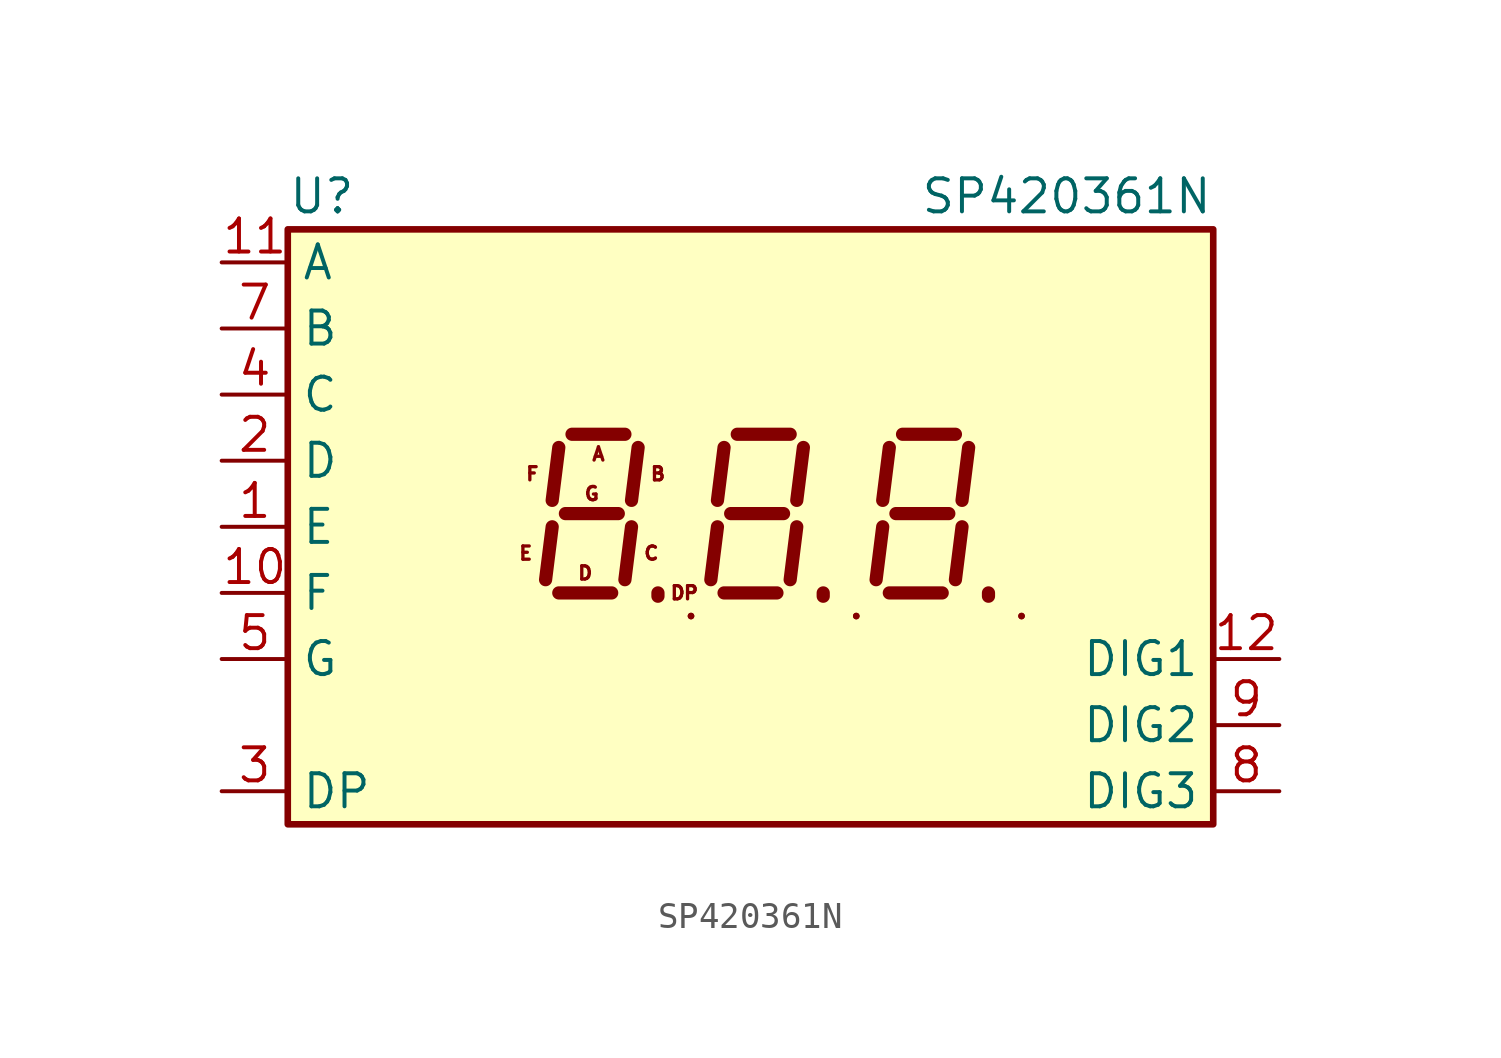
<source format=kicad_sym>
(kicad_symbol_lib
  (version 20241209)
  (generator "kicad_symbol_editor")
  (generator_version "9.0")
  (symbol "SP420361N"
    (property "Reference" "U"
      (at -17.78 12.7 0)
      (effects (font (size 1.27 1.27)) (justify left)))
    (property "Value" "SP420361N"
      (at 17.78 12.7 0)
      (effects (font (size 1.27 1.27)) (justify right)))
    (symbol "SP420361N_0_1"
      (rectangle (start -17.78 11.43) (end 17.78 -11.43) (stroke (width 0.254) (type default)) (fill (type background)))
      (rectangle (start -2.286 -3.429) (end -2.286 -3.429) (stroke (width 0.254) (type default)) (fill (type none)))
      (polyline (pts (xy -2.286 -3.429) (xy -2.286 -3.429)) (stroke (width 0.254) (type default)) (fill (type none)))
      (polyline (pts (xy 4.064 -3.429) (xy 4.064 -3.429)) (stroke (width 0.254) (type default)) (fill (type none)))
      (rectangle (start 4.064 -3.429) (end 4.064 -3.429) (stroke (width 0.254) (type default)) (fill (type none)))
      (polyline (pts (xy 10.414 -3.429) (xy 10.414 -3.429)) (stroke (width 0.254) (type default)) (fill (type none)))
      (rectangle (start 10.414 -3.429) (end 10.414 -3.429) (stroke (width 0.254) (type default)) (fill (type none))))
    (symbol "SP420361N_1_0"
      (text "E" (at -8.636 -1.016 0) (effects (font (size 0.508 0.508))))
      (text "F" (at -8.382 2.032 0) (effects (font (size 0.508 0.508))))
      (text "D" (at -6.35 -1.778 0) (effects (font (size 0.508 0.508))))
      (text "G" (at -6.096 1.27 0) (effects (font (size 0.508 0.508))))
      (text "A" (at -5.842 2.794 0) (effects (font (size 0.508 0.508))))
      (text "C" (at -3.81 -1.016 0) (effects (font (size 0.508 0.508))))
      (text "B" (at -3.556 2.032 0) (effects (font (size 0.508 0.508))))
      (text "DP" (at -2.54 -2.54 0) (effects (font (size 0.508 0.508)))))
    (symbol "SP420361N_1_1"
      (polyline (pts (xy -7.62 0) (xy -7.874 -2.032)) (stroke (width 0.508) (type default)) (fill (type none)))
      (polyline (pts (xy -7.366 3.048) (xy -7.62 1.016)) (stroke (width 0.508) (type default)) (fill (type none)))
      (polyline (pts (xy -7.366 -2.54) (xy -5.334 -2.54)) (stroke (width 0.508) (type default)) (fill (type none)))
      (polyline (pts (xy -7.112 0.508) (xy -5.08 0.508)) (stroke (width 0.508) (type default)) (fill (type none)))
      (polyline (pts (xy -6.858 3.556) (xy -4.826 3.556)) (stroke (width 0.508) (type default)) (fill (type none)))
      (polyline (pts (xy -4.572 0) (xy -4.826 -2.032)) (stroke (width 0.508) (type default)) (fill (type none)))
      (polyline (pts (xy -4.318 3.048) (xy -4.572 1.016)) (stroke (width 0.508) (type default)) (fill (type none)))
      (polyline (pts (xy -3.556 -2.667) (xy -3.556 -2.54)) (stroke (width 0.508) (type default)) (fill (type none)))
      (polyline (pts (xy -1.27 0) (xy -1.524 -2.032)) (stroke (width 0.508) (type default)) (fill (type none)))
      (polyline (pts (xy -1.016 3.048) (xy -1.27 1.016)) (stroke (width 0.508) (type default)) (fill (type none)))
      (polyline (pts (xy -1.016 -2.54) (xy 1.016 -2.54)) (stroke (width 0.508) (type default)) (fill (type none)))
      (polyline (pts (xy -0.762 0.508) (xy 1.27 0.508)) (stroke (width 0.508) (type default)) (fill (type none)))
      (polyline (pts (xy -0.508 3.556) (xy 1.524 3.556)) (stroke (width 0.508) (type default)) (fill (type none)))
      (polyline (pts (xy 1.778 0) (xy 1.524 -2.032)) (stroke (width 0.508) (type default)) (fill (type none)))
      (polyline (pts (xy 2.032 3.048) (xy 1.778 1.016)) (stroke (width 0.508) (type default)) (fill (type none)))
      (polyline (pts (xy 2.794 -2.667) (xy 2.794 -2.54)) (stroke (width 0.508) (type default)) (fill (type none)))
      (polyline (pts (xy 5.08 0) (xy 4.826 -2.032)) (stroke (width 0.508) (type default)) (fill (type none)))
      (polyline (pts (xy 5.334 3.048) (xy 5.08 1.016)) (stroke (width 0.508) (type default)) (fill (type none)))
      (polyline (pts (xy 5.334 -2.54) (xy 7.366 -2.54)) (stroke (width 0.508) (type default)) (fill (type none)))
      (polyline (pts (xy 5.588 0.508) (xy 7.62 0.508)) (stroke (width 0.508) (type default)) (fill (type none)))
      (polyline (pts (xy 5.842 3.556) (xy 7.874 3.556)) (stroke (width 0.508) (type default)) (fill (type none)))
      (polyline (pts (xy 8.128 0) (xy 7.874 -2.032)) (stroke (width 0.508) (type default)) (fill (type none)))
      (polyline (pts (xy 8.382 3.048) (xy 8.128 1.016)) (stroke (width 0.508) (type default)) (fill (type none)))
      (polyline (pts (xy 9.144 -2.667) (xy 9.144 -2.54)) (stroke (width 0.508) (type default)) (fill (type none)))
      (pin input line (at -20.32 10.16 0) (length 2.54) (name "A" (effects (font (size 1.27 1.27)))) (number "11" (effects (font (size 1.27 1.27)))))
      (pin input line (at -20.32 7.62 0) (length 2.54) (name "B" (effects (font (size 1.27 1.27)))) (number "7" (effects (font (size 1.27 1.27)))))
      (pin input line (at -20.32 5.08 0) (length 2.54) (name "C" (effects (font (size 1.27 1.27)))) (number "4" (effects (font (size 1.27 1.27)))))
      (pin input line (at -20.32 2.54 0) (length 2.54) (name "D" (effects (font (size 1.27 1.27)))) (number "2" (effects (font (size 1.27 1.27)))))
      (pin input line (at -20.32 0 0) (length 2.54) (name "E" (effects (font (size 1.27 1.27)))) (number "1" (effects (font (size 1.27 1.27)))))
      (pin input line (at -20.32 -2.54 0) (length 2.54) (name "F" (effects (font (size 1.27 1.27)))) (number "10" (effects (font (size 1.27 1.27)))))
      (pin input line (at -20.32 -5.08 0) (length 2.54) (name "G" (effects (font (size 1.27 1.27)))) (number "5" (effects (font (size 1.27 1.27)))))
      (pin input line (at -20.32 -10.16 0) (length 2.54) (name "DP" (effects (font (size 1.27 1.27)))) (number "3" (effects (font (size 1.27 1.27)))))
      (pin no_connect line (at 17.78 7.62 180) (length 2.54) (hide yes) (name "NC" (effects (font (size 1.27 1.27)))) (number "6" (effects (font (size 1.27 1.27)))))
      (pin input line (at 20.32 -5.08 180) (length 2.54) (name "DIG1" (effects (font (size 1.27 1.27)))) (number "12" (effects (font (size 1.27 1.27)))))
      (pin input line (at 20.32 -7.62 180) (length 2.54) (name "DIG2" (effects (font (size 1.27 1.27)))) (number "9" (effects (font (size 1.27 1.27)))))
      (pin input line (at 20.32 -10.16 180) (length 2.54) (name "DIG3" (effects (font (size 1.27 1.27)))) (number "8" (effects (font (size 1.27 1.27))))))))
</source>
